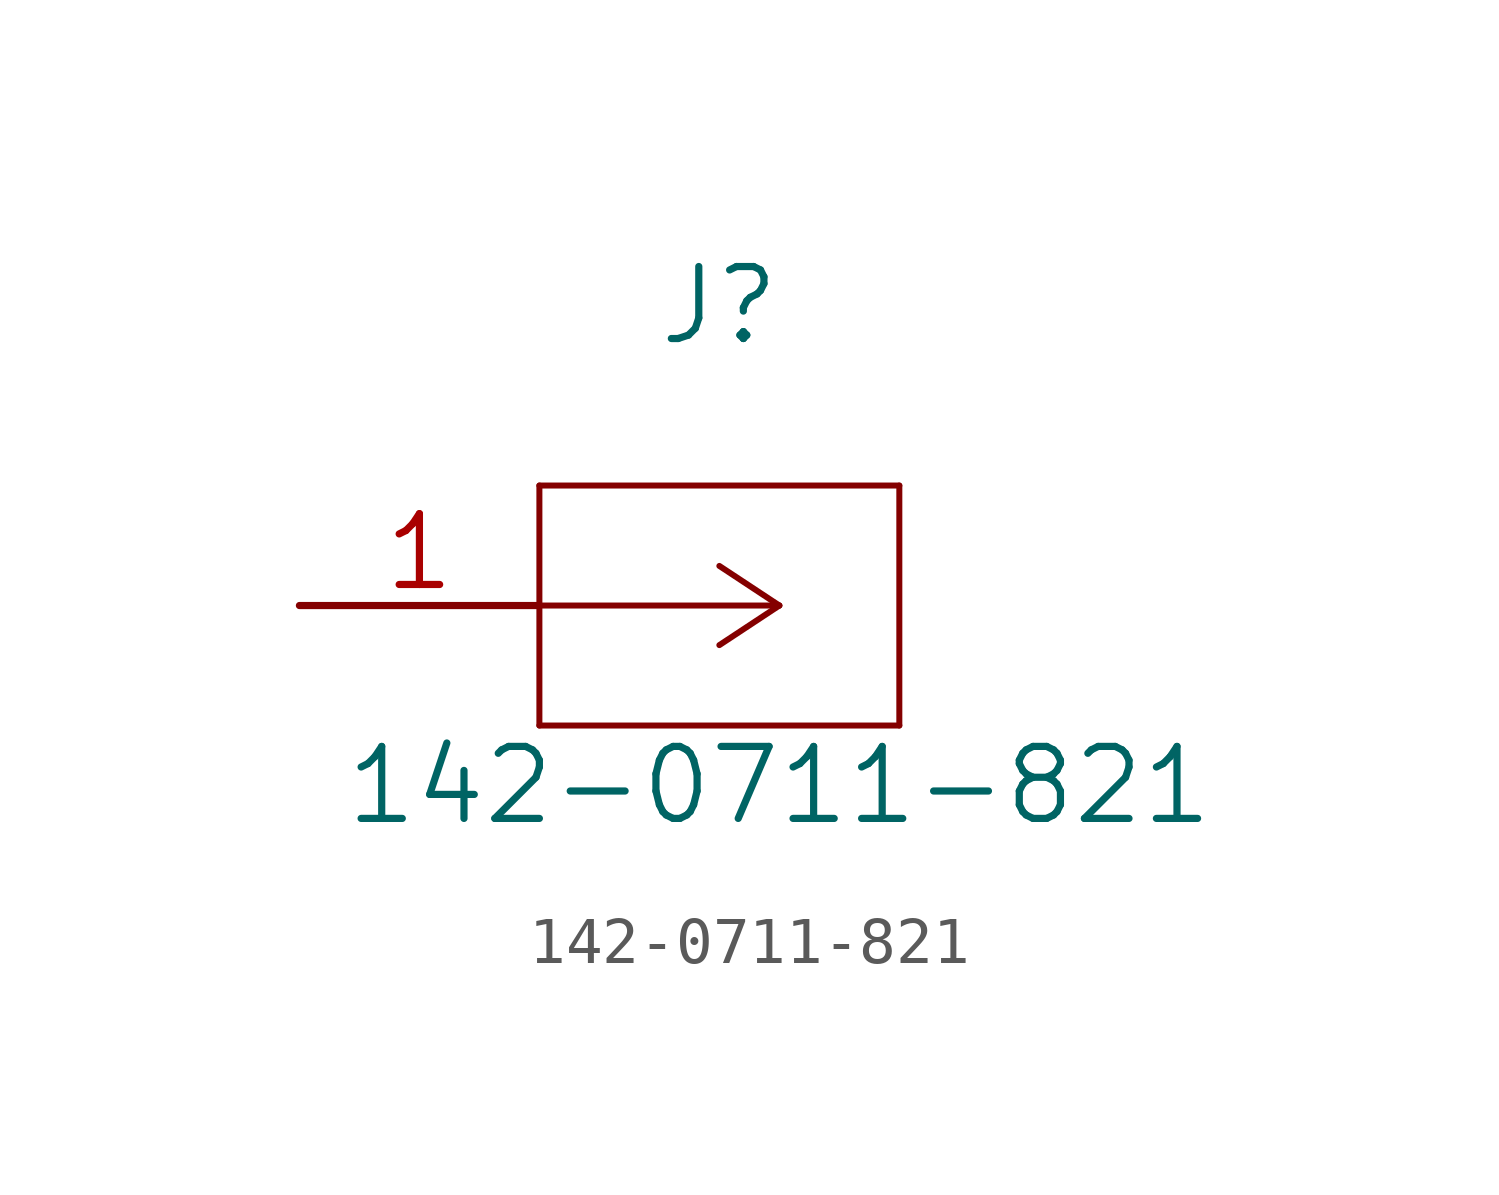
<source format=kicad_sym>
(kicad_symbol_lib
  (version 20211014)
  (generator kicad_symbol_editor)
  (symbol "142-0711-821"
    (pin_names
      (offset 0.254) hide)
    (property "Reference" "J"
      (at 8.89 6.35 0)
      (effects (font (size 1.524 1.524))))
    (property "Value" "142-0711-821"
      (at 10.16 -3.81 0)
      (effects (font (size 1.524 1.524))))
    (property "Datasheet" ""
      (at 0 0 0)
      (effects (font (size 1.524 1.524))))
    (symbol "142-0711-821_1_1"
      (polyline (pts (xy 5.08 -2.54) (xy 12.7 -2.54)) (stroke (width 0.127) (type default) (color 0 0 0 0)) (fill (type none)))
      (polyline (pts (xy 5.08 2.54) (xy 5.08 -2.54)) (stroke (width 0.127) (type default) (color 0 0 0 0)) (fill (type none)))
      (polyline (pts (xy 10.16 0) (xy 5.08 0)) (stroke (width 0.127) (type default) (color 0 0 0 0)) (fill (type none)))
      (polyline (pts (xy 10.16 0) (xy 8.89 -0.838)) (stroke (width 0.127) (type default) (color 0 0 0 0)) (fill (type none)))
      (polyline (pts (xy 10.16 0) (xy 8.89 0.838)) (stroke (width 0.127) (type default) (color 0 0 0 0)) (fill (type none)))
      (polyline (pts (xy 12.7 -2.54) (xy 12.7 2.54)) (stroke (width 0.127) (type default) (color 0 0 0 0)) (fill (type none)))
      (polyline (pts (xy 12.7 2.54) (xy 5.08 2.54)) (stroke (width 0.127) (type default) (color 0 0 0 0)) (fill (type none)))
      (pin unspecified line (at 0 0 0) (length 5.08) (name "1" (effects (font (size 1.499 1.499)))) (number "1" (effects (font (size 1.499 1.499))))))))
</source>
